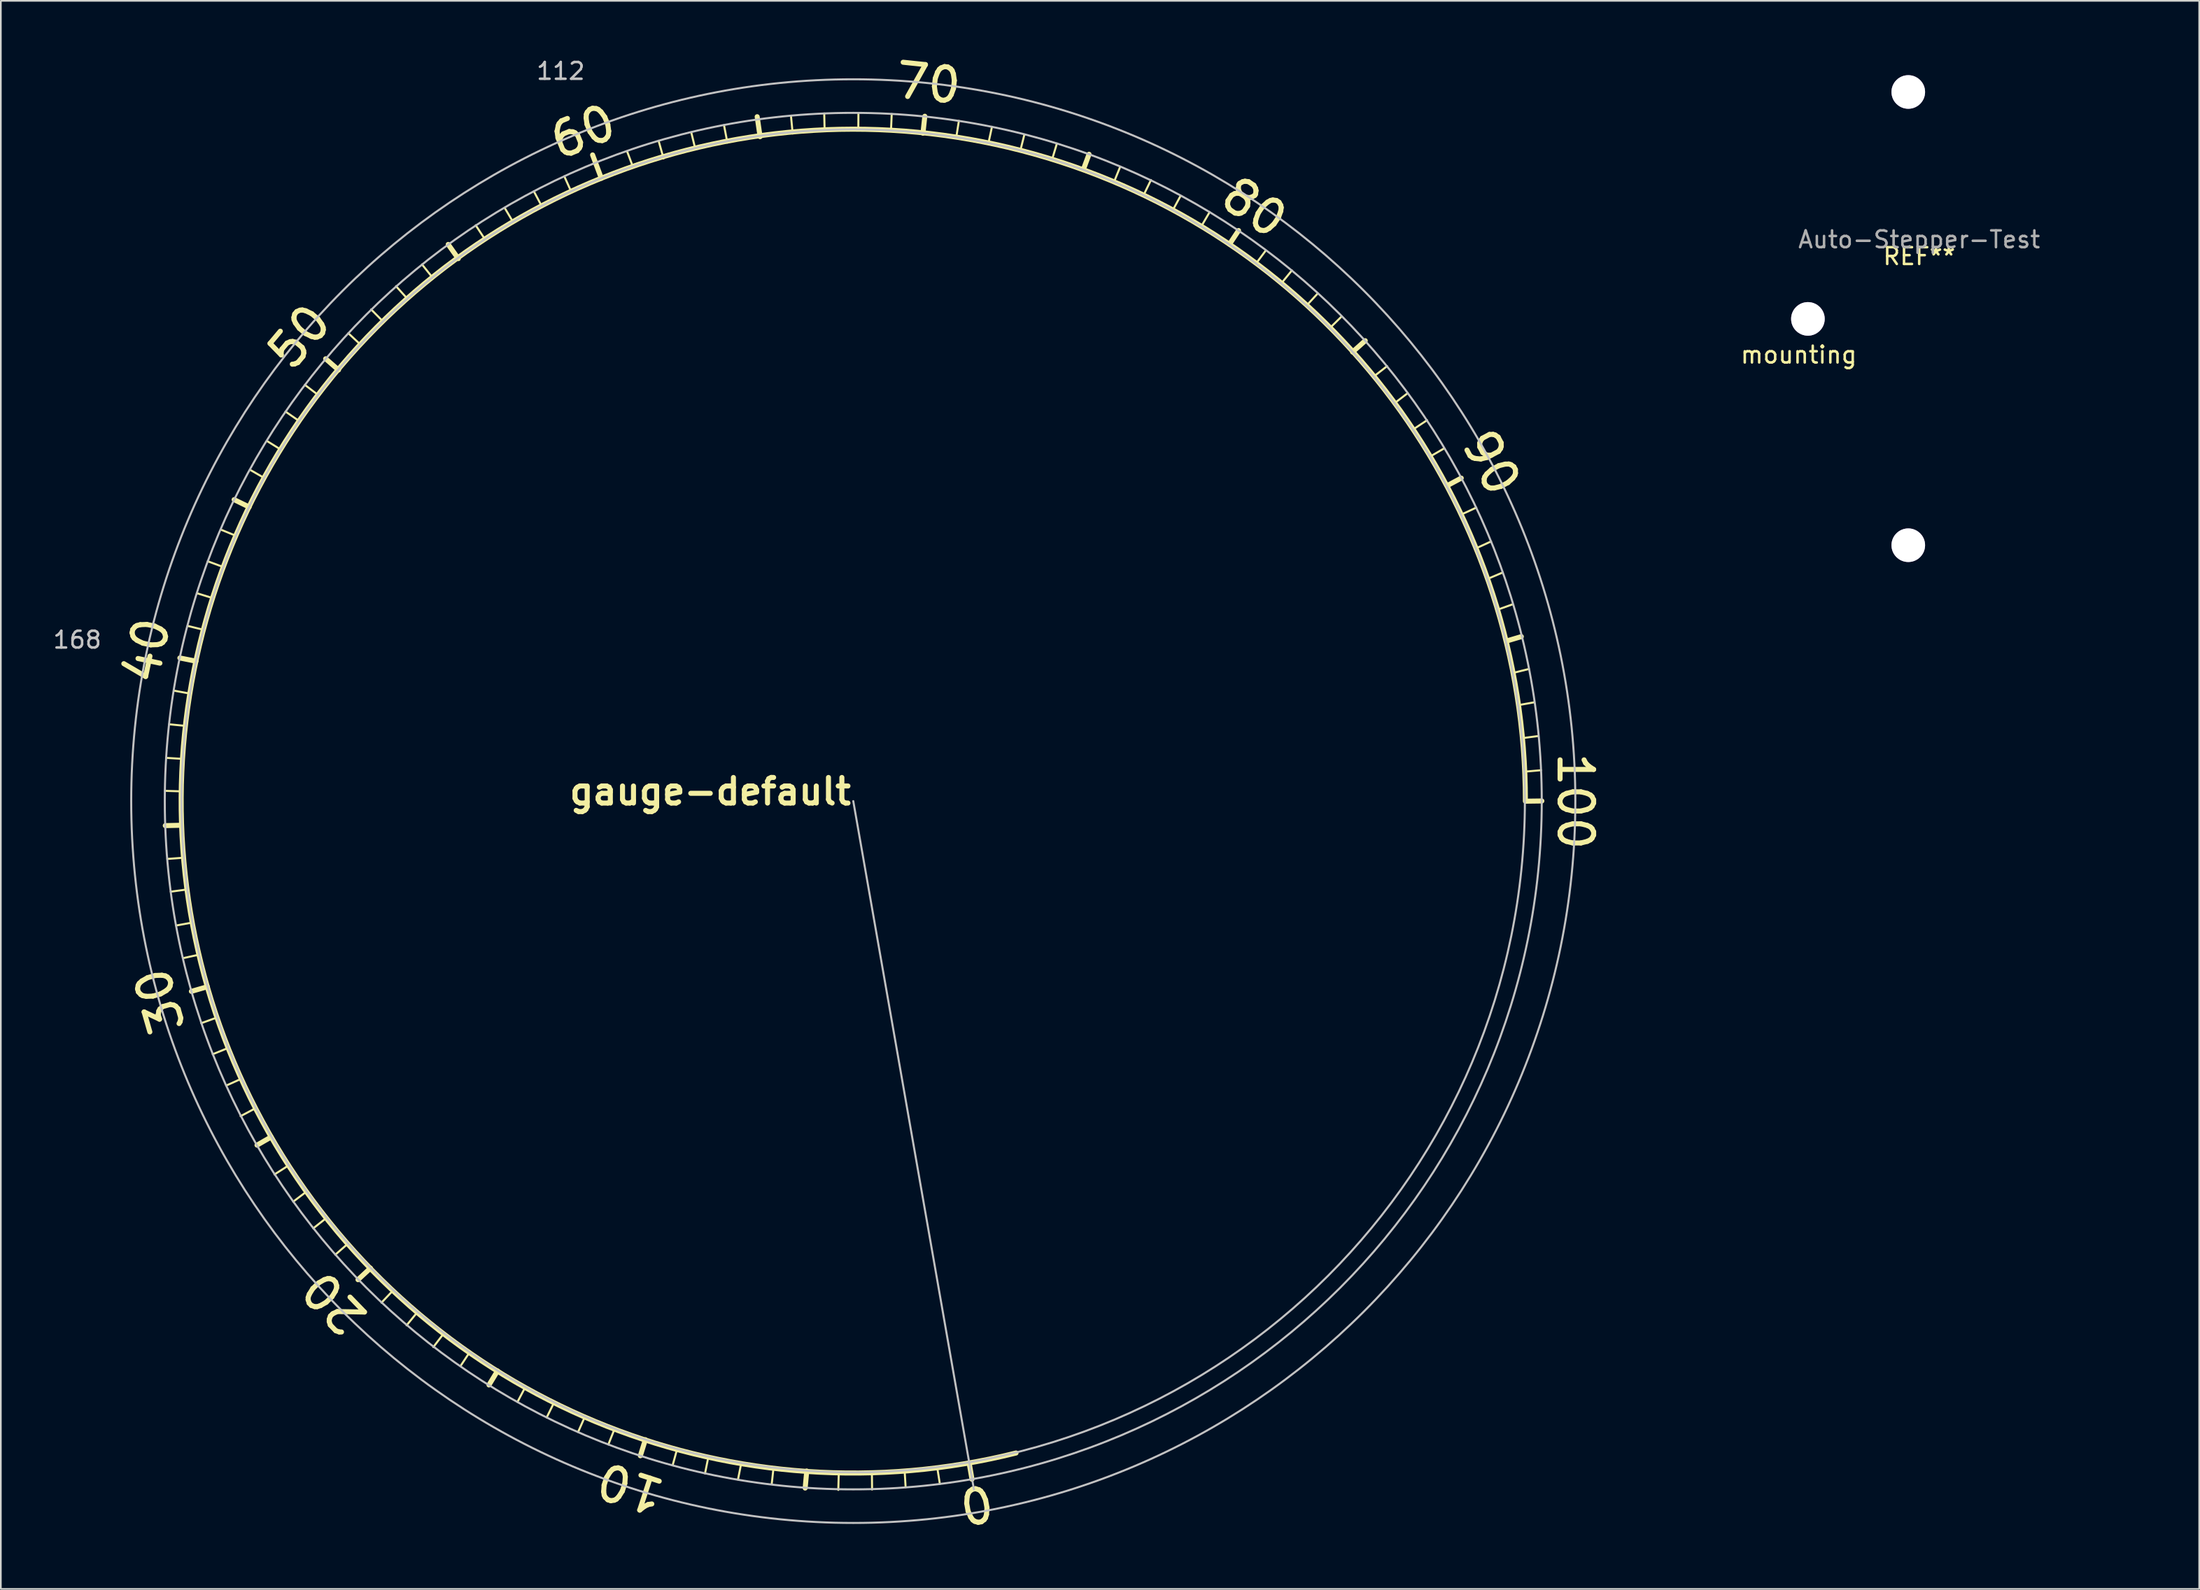
<source format=kicad_pcb>
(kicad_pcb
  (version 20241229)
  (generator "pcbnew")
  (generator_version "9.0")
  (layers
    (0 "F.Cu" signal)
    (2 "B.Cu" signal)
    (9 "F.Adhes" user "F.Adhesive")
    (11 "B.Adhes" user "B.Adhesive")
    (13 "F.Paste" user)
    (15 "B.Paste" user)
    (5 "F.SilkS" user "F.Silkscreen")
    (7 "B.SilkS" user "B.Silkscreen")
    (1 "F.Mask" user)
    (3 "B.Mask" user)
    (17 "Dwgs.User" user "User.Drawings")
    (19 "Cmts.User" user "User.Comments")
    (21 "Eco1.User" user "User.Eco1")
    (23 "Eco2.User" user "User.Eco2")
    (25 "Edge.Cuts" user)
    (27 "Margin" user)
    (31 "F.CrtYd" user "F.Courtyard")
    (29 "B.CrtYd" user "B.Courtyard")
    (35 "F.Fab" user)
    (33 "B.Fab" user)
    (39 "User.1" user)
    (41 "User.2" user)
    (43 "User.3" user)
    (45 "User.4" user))
  (footprint "gauge-default"
    (layer "F.Cu")
    (at 47.764 44.673)
    (property "Reference" "gauge-default" (at -8.517 -0.574 0) (layer "F.SilkS") (effects (font (size 1.524 1.524) (thickness 0.3))))
    (attr through_hole)
    (fp_line (start -40.988 -0.612) (end -40.035 -0.582) (stroke (width 0.12) (type solid)) (layer "F.SilkS"))
    (fp_line (start -40.97 1.46) (end -40.015 1.438) (stroke (width 0.3) (type solid)) (layer "F.SilkS"))
    (fp_line (start -40.917 -2.576) (end -39.875 -2.512) (stroke (width 0.12) (type solid)) (layer "F.SilkS"))
    (fp_line (start -40.739 -4.577) (end -39.733 -4.478) (stroke (width 0.12) (type solid)) (layer "F.SilkS"))
    (fp_line (start -40.645 5.395) (end -39.652 5.26) (stroke (width 0.12) (type solid)) (layer "F.SilkS"))
    (fp_line (start -40.419 -6.574) (end -39.54 -6.413) (stroke (width 0.12) (type solid)) (layer "F.SilkS"))
    (fp_line (start -40.33 7.412) (end -39.312 7.226) (stroke (width 0.12) (type solid)) (layer "F.SilkS"))
    (fp_line (start -40.102 -8.527) (end -39.144 -8.336) (stroke (width 0.3) (type solid)) (layer "F.SilkS"))
    (fp_line (start -39.924 3.376) (end -40.846 3.444) (stroke (width 0.12) (type solid)) (layer "F.SilkS"))
    (fp_line (start -39.911 9.355) (end -38.981 9.152) (stroke (width 0.12) (type solid)) (layer "F.SilkS"))
    (fp_line (start -39.416 11.333) (end -38.468 11.059) (stroke (width 0.3) (type solid)) (layer "F.SilkS"))
    (fp_line (start -38.694 -10.206) (end -39.639 -10.437) (stroke (width 0.12) (type solid)) (layer "F.SilkS"))
    (fp_line (start -38.44 -14.287) (end -37.457 -13.922) (stroke (width 0.12) (type solid)) (layer "F.SilkS"))
    (fp_line (start -38.143 -12.093) (end -39.091 -12.385) (stroke (width 0.12) (type solid)) (layer "F.SilkS"))
    (fp_line (start -37.861 12.878) (end -38.826 13.228) (stroke (width 0.12) (type solid)) (layer "F.SilkS"))
    (fp_line (start -37.231 14.707) (end -38.146 15.077) (stroke (width 0.12) (type solid)) (layer "F.SilkS"))
    (fp_line (start -36.871 -17.958) (end -35.977 -17.521) (stroke (width 0.3) (type solid)) (layer "F.SilkS"))
    (fp_line (start -36.782 -15.812) (end -37.671 -16.177) (stroke (width 0.12) (type solid)) (layer "F.SilkS"))
    (fp_line (start -36.469 16.551) (end -37.341 16.944) (stroke (width 0.12) (type solid)) (layer "F.SilkS"))
    (fp_line (start -35.931 -19.741) (end -35.1 -19.263) (stroke (width 0.12) (type solid)) (layer "F.SilkS"))
    (fp_line (start -35.588 18.288) (end -36.487 18.768) (stroke (width 0.12) (type solid)) (layer "F.SilkS"))
    (fp_line (start -35.507 20.493) (end -34.674 20.013) (stroke (width 0.3) (type solid)) (layer "F.SilkS"))
    (fp_line (start -34.925 -21.458) (end -34.077 -20.93) (stroke (width 0.12) (type solid)) (layer "F.SilkS"))
    (fp_line (start -34.47 22.24) (end -33.637 21.709) (stroke (width 0.12) (type solid)) (layer "F.SilkS"))
    (fp_line (start -33.812 -23.205) (end -32.987 -22.634) (stroke (width 0.12) (type solid)) (layer "F.SilkS"))
    (fp_line (start -32.657 -24.795) (end -31.859 -24.186) (stroke (width 0.12) (type solid)) (layer "F.SilkS"))
    (fp_line (start -32.586 23.279) (end -33.353 23.861) (stroke (width 0.12) (type solid)) (layer "F.SilkS"))
    (fp_line (start -31.42 -26.35) (end -30.655 -25.684) (stroke (width 0.3) (type solid)) (layer "F.SilkS"))
    (fp_line (start -31.415 24.862) (end -32.156 25.448) (stroke (width 0.12) (type solid)) (layer "F.SilkS"))
    (fp_line (start -30.112 26.378) (end -30.846 27.021) (stroke (width 0.12) (type solid)) (layer "F.SilkS"))
    (fp_line (start -30.069 -27.871) (end -29.39 -27.236) (stroke (width 0.12) (type solid)) (layer "F.SilkS"))
    (fp_line (start -29.494 28.509) (end -28.753 27.821) (stroke (width 0.3) (type solid)) (layer "F.SilkS"))
    (fp_line (start -28.712 -29.289) (end -27.988 -28.557) (stroke (width 0.12) (type solid)) (layer "F.SilkS"))
    (fp_line (start -27.427 29.172) (end -28.097 29.878) (stroke (width 0.12) (type solid)) (layer "F.SilkS"))
    (fp_line (start -27.229 -30.673) (end -26.543 -29.914) (stroke (width 0.12) (type solid)) (layer "F.SilkS"))
    (fp_line (start -25.997 30.49) (end -26.601 31.229) (stroke (width 0.12) (type solid)) (layer "F.SilkS"))
    (fp_line (start -25.682 -31.971) (end -25.039 -31.166) (stroke (width 0.12) (type solid)) (layer "F.SilkS"))
    (fp_line (start -24.427 31.763) (end -25.009 32.525) (stroke (width 0.12) (type solid)) (layer "F.SilkS"))
    (fp_line (start -23.523 -32.316) (end -24.122 -33.162) (stroke (width 0.3) (type solid)) (layer "F.SilkS"))
    (fp_line (start -22.868 32.863) (end -23.391 33.655) (stroke (width 0.12) (type solid)) (layer "F.SilkS"))
    (fp_line (start -22.484 -34.303) (end -21.933 -33.467) (stroke (width 0.12) (type solid)) (layer "F.SilkS"))
    (fp_line (start -21.694 34.78) (end -21.189 33.947) (stroke (width 0.3) (type solid)) (layer "F.SilkS"))
    (fp_line (start -20.762 -35.344) (end -20.295 -34.557) (stroke (width 0.12) (type solid)) (layer "F.SilkS"))
    (fp_line (start -19.548 34.94) (end -19.997 35.791) (stroke (width 0.12) (type solid)) (layer "F.SilkS"))
    (fp_line (start -19.022 -36.327) (end -18.552 -35.438) (stroke (width 0.12) (type solid)) (layer "F.SilkS"))
    (fp_line (start -17.843 35.877) (end -18.258 36.716) (stroke (width 0.12) (type solid)) (layer "F.SilkS"))
    (fp_line (start -17.209 -37.221) (end -16.787 -36.284) (stroke (width 0.12) (type solid)) (layer "F.SilkS"))
    (fp_line (start -15.997 36.703) (end -16.388 37.584) (stroke (width 0.12) (type solid)) (layer "F.SilkS"))
    (fp_line (start -15.004 -37.102) (end -15.524 -38.494) (stroke (width 0.3) (type solid)) (layer "F.SilkS"))
    (fp_line (start -14.229 37.432) (end -14.585 38.324) (stroke (width 0.12) (type solid)) (layer "F.SilkS"))
    (fp_line (start -13.47 -38.707) (end -13.109 -37.752) (stroke (width 0.12) (type solid)) (layer "F.SilkS"))
    (fp_line (start -12.68 38.997) (end -12.383 38.042) (stroke (width 0.3) (type solid)) (layer "F.SilkS"))
    (fp_line (start -11.593 -39.337) (end -11.298 -38.283) (stroke (width 0.12) (type solid)) (layer "F.SilkS"))
    (fp_line (start -10.749 39.535) (end -10.488 38.59) (stroke (width 0.12) (type solid)) (layer "F.SilkS"))
    (fp_line (start -9.649 -39.842) (end -9.408 -38.854) (stroke (width 0.12) (type solid)) (layer "F.SilkS"))
    (fp_line (start -8.636 39.098) (end -8.829 40.051) (stroke (width 0.12) (type solid)) (layer "F.SilkS"))
    (fp_line (start -7.699 -40.269) (end -7.498 -39.23) (stroke (width 0.12) (type solid)) (layer "F.SilkS"))
    (fp_line (start -6.673 39.446) (end -6.866 40.414) (stroke (width 0.12) (type solid)) (layer "F.SilkS"))
    (fp_line (start -5.55 -39.581) (end -5.723 -40.77) (stroke (width 0.3) (type solid)) (layer "F.SilkS"))
    (fp_line (start -4.755 39.761) (end -4.856 40.678) (stroke (width 0.12) (type solid)) (layer "F.SilkS"))
    (fp_line (start -3.711 -40.828) (end -3.609 -39.771) (stroke (width 0.12) (type solid)) (layer "F.SilkS"))
    (fp_line (start -2.771 39.908) (end -2.865 40.922) (stroke (width 0.3) (type solid)) (layer "F.SilkS"))
    (fp_line (start -1.73 -40.965) (end -1.709 -40.051) (stroke (width 0.12) (type solid)) (layer "F.SilkS"))
    (fp_line (start -0.864 40.015) (end -0.892 41.034) (stroke (width 0.12) (type solid)) (layer "F.SilkS"))
    (fp_line (start 0.307 -40.988) (end 0.3 -40.01) (stroke (width 0.12) (type solid)) (layer "F.SilkS"))
    (fp_line (start 1.11 40.079) (end 1.12 41.008) (stroke (width 0.12) (type solid)) (layer "F.SilkS"))
    (fp_line (start 2.289 -40.93) (end 2.245 -39.924) (stroke (width 0.12) (type solid)) (layer "F.SilkS"))
    (fp_line (start 3.061 39.939) (end 3.117 40.869) (stroke (width 0.12) (type solid)) (layer "F.SilkS"))
    (fp_line (start 4.15 -39.789) (end 4.26 -40.797) (stroke (width 0.3) (type solid)) (layer "F.SilkS"))
    (fp_line (start 5.001 39.708) (end 5.156 40.673) (stroke (width 0.12) (type solid)) (layer "F.SilkS"))
    (fp_line (start 6.144 -39.611) (end 6.289 -40.523) (stroke (width 0.12) (type solid)) (layer "F.SilkS"))
    (fp_line (start 6.901 39.431) (end 7.069 40.396) (stroke (width 0.3) (type solid)) (layer "F.SilkS"))
    (fp_line (start 8.26 -40.17) (end 8.057 -39.238) (stroke (width 0.12) (type solid)) (layer "F.SilkS"))
    (fp_line (start 10.19 -39.71) (end 9.949 -38.755) (stroke (width 0.12) (type solid)) (layer "F.SilkS"))
    (fp_line (start 12.126 -39.174) (end 11.841 -38.227) (stroke (width 0.12) (type solid)) (layer "F.SilkS"))
    (fp_line (start 13.701 -37.62) (end 14.039 -38.534) (stroke (width 0.3) (type solid)) (layer "F.SilkS"))
    (fp_line (start 15.895 -37.788) (end 15.514 -36.853) (stroke (width 0.12) (type solid)) (layer "F.SilkS"))
    (fp_line (start 17.727 -37) (end 17.267 -36.053) (stroke (width 0.12) (type solid)) (layer "F.SilkS"))
    (fp_line (start 19.494 -36.06) (end 19.02 -35.189) (stroke (width 0.12) (type solid)) (layer "F.SilkS"))
    (fp_line (start 21.222 -35.09) (end 20.726 -34.242) (stroke (width 0.12) (type solid)) (layer "F.SilkS"))
    (fp_line (start 22.41 -33.183) (end 22.944 -33.99) (stroke (width 0.3) (type solid)) (layer "F.SilkS"))
    (fp_line (start 24.562 -32.796) (end 24.018 -32.07) (stroke (width 0.12) (type solid)) (layer "F.SilkS"))
    (fp_line (start 26.121 -31.615) (end 25.512 -30.869) (stroke (width 0.12) (type solid)) (layer "F.SilkS"))
    (fp_line (start 27.663 -30.246) (end 26.993 -29.52) (stroke (width 0.12) (type solid)) (layer "F.SilkS"))
    (fp_line (start 29.086 -28.875) (end 28.372 -28.171) (stroke (width 0.12) (type solid)) (layer "F.SilkS"))
    (fp_line (start 29.733 -26.754) (end 30.488 -27.427) (stroke (width 0.3) (type solid)) (layer "F.SilkS"))
    (fp_line (start 31.016 -25.311) (end 31.791 -25.913) (stroke (width 0.12) (type solid)) (layer "F.SilkS"))
    (fp_line (start 32.235 -23.708) (end 33.02 -24.305) (stroke (width 0.12) (type solid)) (layer "F.SilkS"))
    (fp_line (start 33.327 -22.134) (end 34.171 -22.692) (stroke (width 0.12) (type solid)) (layer "F.SilkS"))
    (fp_line (start 34.359 -20.531) (end 35.194 -21.016) (stroke (width 0.12) (type solid)) (layer "F.SilkS"))
    (fp_line (start 35.367 -18.793) (end 36.205 -19.241) (stroke (width 0.3) (type solid)) (layer "F.SilkS"))
    (fp_line (start 36.213 -17.074) (end 37.102 -17.485) (stroke (width 0.12) (type solid)) (layer "F.SilkS"))
    (fp_line (start 37.081 -15.057) (end 37.981 -15.469) (stroke (width 0.12) (type solid)) (layer "F.SilkS"))
    (fp_line (start 37.805 -13.251) (end 38.674 -13.619) (stroke (width 0.12) (type solid)) (layer "F.SilkS"))
    (fp_line (start 38.351 -11.397) (end 39.263 -11.722) (stroke (width 0.12) (type solid)) (layer "F.SilkS"))
    (fp_line (start 38.905 -9.538) (end 39.784 -9.799) (stroke (width 0.3) (type solid)) (layer "F.SilkS"))
    (fp_line (start 39.296 -7.638) (end 40.234 -7.871) (stroke (width 0.12) (type solid)) (layer "F.SilkS"))
    (fp_line (start 39.611 -5.718) (end 40.546 -5.885) (stroke (width 0.12) (type solid)) (layer "F.SilkS"))
    (fp_line (start 39.817 -3.747) (end 40.785 -3.876) (stroke (width 0.12) (type solid)) (layer "F.SilkS"))
    (fp_line (start 39.992 -1.755) (end 40.958 -1.841) (stroke (width 0.12) (type solid)) (layer "F.SilkS"))
    (fp_line (start 40.051 0.005) (end 41.006 -0.008) (stroke (width 0.3) (type solid)) (layer "F.SilkS"))
    (fp_arc (start 9.69264 38.83406) (mid -31.541924 -24.640181) (end 40.025385 0.005077) (stroke (width 0.3) (type solid)) (layer "F.SilkS"))
    (fp_line (start 0 0) (end 7.186 41.008) (stroke (width 0.12) (type solid)) (layer "Dwgs.User"))
    (fp_circle (center -0.005 -0.015) (end 39.995 -0.015) (stroke (width 0.12) (type solid)) (fill no) (layer "Dwgs.User"))
    (fp_circle (center 0 0) (end 41 0) (stroke (width 0.12) (type solid)) (fill no) (layer "Dwgs.User"))
    (fp_circle (center 0 0) (end 43 0) (stroke (width 0.12) (type solid)) (fill no) (layer "Dwgs.User"))
    (fp_text user "60" (at -16.086 -39.87 202) (layer "F.SilkS") (effects (font (size 2 2) (thickness 0.3))))
    (fp_text user "50" (at -32.979 -27.658 230) (layer "F.SilkS") (effects (font (size 2 2) (thickness 0.3))))
    (fp_text user "90" (at 37.976 -20.163 298) (unlocked yes) (layer "F.SilkS") (effects (font (size 2 2) (thickness 0.3))))
    (fp_text user "40" (at -42.062 -8.966 258) (layer "F.SilkS") (effects (font (size 2 2) (thickness 0.3))))
    (fp_text user "10" (at -13.287 40.904 162) (unlocked yes) (layer "F.SilkS") (effects (font (size 2 2) (thickness 0.3))))
    (fp_text user "80" (at 23.876 -35.357 146) (layer "F.SilkS") (effects (font (size 2 2) (thickness 0.3))))
    (fp_text user "100" (at 43 0.018 270) (unlocked yes) (layer "F.SilkS") (effects (font (size 2 2) (thickness 0.3))))
    (fp_text user "0" (at 7.374 42.052 10) (layer "F.SilkS") (effects (font (size 2 2) (thickness 0.3))))
    (fp_text user "30" (at -41.288 11.892 106) (unlocked yes) (layer "F.SilkS") (effects (font (size 2 2) (thickness 0.3))))
    (fp_text user "70" (at 4.468 -42.761 174) (layer "F.SilkS") (effects (font (size 2 2) (thickness 0.3))))
    (fp_text user "20" (at -30.889 29.903 134) (unlocked yes) (layer "F.SilkS") (effects (font (size 2 2) (thickness 0.3))))
    (fp_text user "168" (at -46.21 -9.606 0) (layer "Dwgs.User") (effects (font (size 1 1) (thickness 0.15))))
    (fp_text user "112" (at -17.422 -43.487 0) (layer "Dwgs.User") (effects (font (size 1 1) (thickness 0.15)))))
  (footprint "mounting"
    (layer "F.Cu")
    (at 104.614 15.947)
    (property "Reference" "mounting" (at -0.546 2.139 0) (layer "F.SilkS") (effects (font (size 1 1) (thickness 0.15))))
    (attr through_hole)
    (fp_line (start -0.123 -0.378) (end 3.667 -2.148) (stroke (width 0.12) (type solid)) (layer "Eco1.User"))
    (fp_line (start 3.667 -2.148) (end 0.227 0.242) (stroke (width 0.12) (type solid)) (layer "Eco1.User"))
    (fp_line (start 20.227 -5.398) (end 20.237 5.802) (stroke (width 0.12) (type solid)) (layer "Eco1.User"))
    (fp_arc (start 4.107524 14.958535) (mid -9.094278 -0.112755) (end 4.21662 -15.08778) (stroke (width 0.12) (type solid)) (layer "Eco1.User"))
    (fp_arc (start 4.247482 -15.138083) (mid 5.969958 -15.887433) (end 7.69662 -15.14778) (stroke (width 0.12) (type solid)) (layer "Eco1.User"))
    (fp_arc (start 7.676961 -15.150618) (mid 15.325793 -12.040428) (end 20.21662 -5.38778) (stroke (width 0.12) (type solid)) (layer "Eco1.User"))
    (fp_arc (start 7.721907 15.147143) (mid 5.841974 15.890511) (end 4.056621 14.942219) (stroke (width 0.12) (type solid)) (layer "Eco1.User"))
    (fp_arc (start 20.241557 5.80651) (mid 15.283965 12.162167) (end 7.786619 15.122219) (stroke (width 0.12) (type solid)) (layer "Eco1.User"))
    (fp_text user "REF**" (at 6.627 -3.728 0) (layer "F.SilkS") (effects (font (size 1 1) (thickness 0.15))))
    (fp_text user "Auto-Stepper-Test" (at 6.627 -4.728 0) (layer "F.Fab") (effects (font (size 1 1) (thickness 0.15))))
    (pad "" thru_hole circle (at 0 0) (size 2 2) (drill 2) (layers "*.Cu" "*.Mask"))
    (pad "" thru_hole circle (at 5.977 -13.518) (size 2 2) (drill 2) (layers "*.Cu" "*.Mask"))
    (pad "" thru_hole circle (at 5.977 13.482) (size 2 2) (drill 2) (layers "*.Cu" "*.Mask")))
  (gr_rect
    (start -3 -3)
    (end 127.916 91.605)
    (stroke (width 0.1) (type default))
    (fill no)
    (layer "Edge.Cuts")))
</source>
